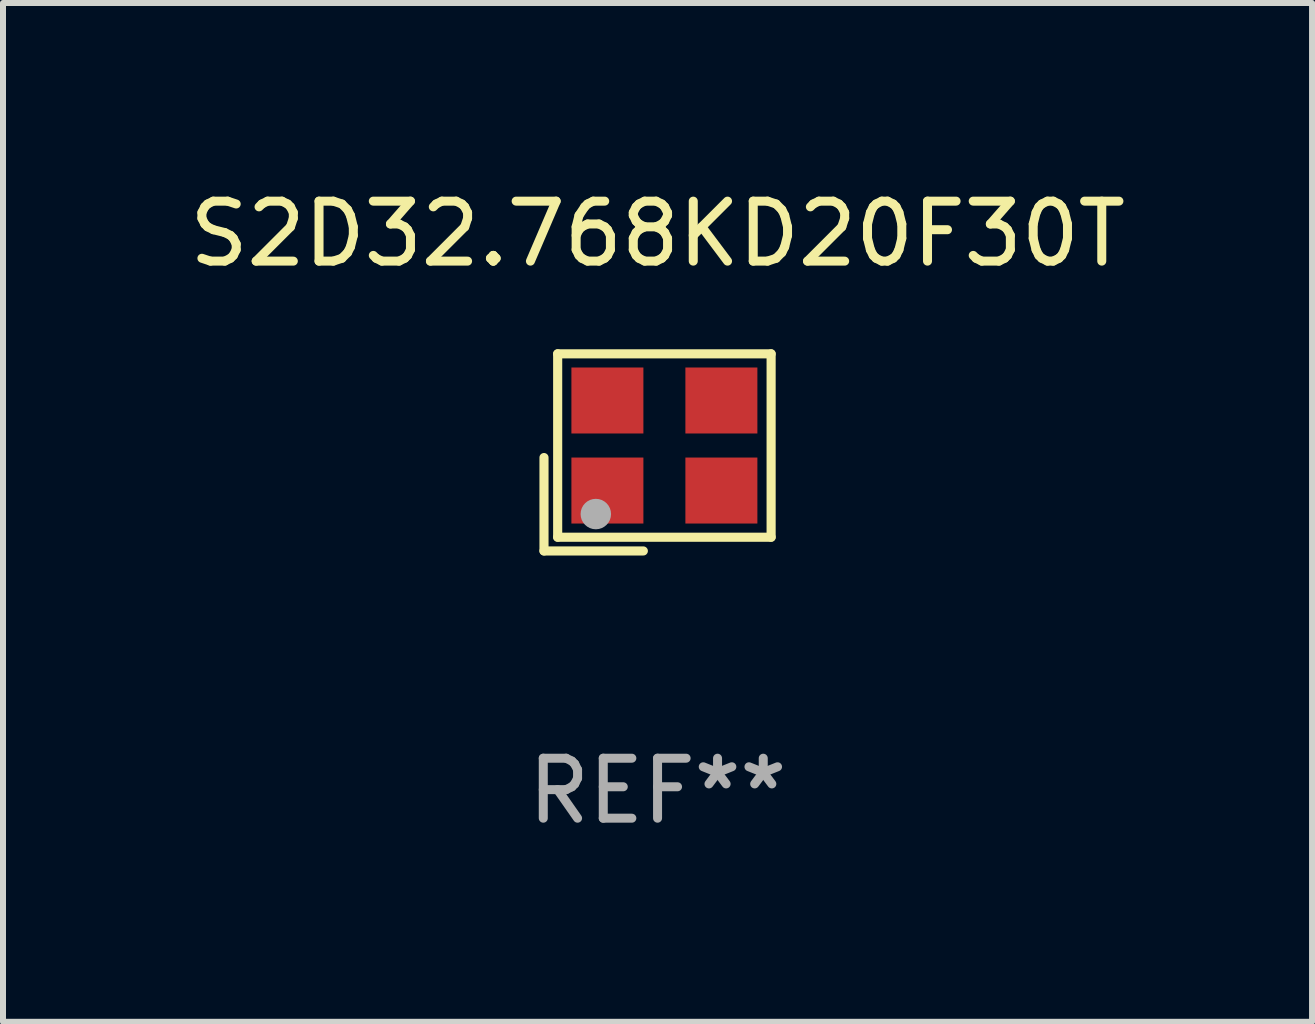
<source format=kicad_pcb>
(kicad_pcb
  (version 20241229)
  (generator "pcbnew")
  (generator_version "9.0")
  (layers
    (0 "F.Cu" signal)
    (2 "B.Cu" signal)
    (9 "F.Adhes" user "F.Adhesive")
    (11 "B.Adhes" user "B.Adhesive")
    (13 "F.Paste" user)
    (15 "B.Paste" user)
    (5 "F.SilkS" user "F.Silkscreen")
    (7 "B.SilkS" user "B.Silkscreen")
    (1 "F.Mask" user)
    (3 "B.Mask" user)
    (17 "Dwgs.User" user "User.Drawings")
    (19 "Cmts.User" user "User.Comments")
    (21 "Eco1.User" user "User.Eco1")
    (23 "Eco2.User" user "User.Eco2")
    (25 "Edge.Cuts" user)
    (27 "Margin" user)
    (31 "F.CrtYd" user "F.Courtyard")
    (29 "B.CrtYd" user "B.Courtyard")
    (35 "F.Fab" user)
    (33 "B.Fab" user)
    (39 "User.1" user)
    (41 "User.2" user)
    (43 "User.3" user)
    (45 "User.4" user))
  (footprint "S2D32.768KD20F30T"
    (layer "F.Cu")
    (at 7.911 4.491)
    (property "Reference" "S2D32.768KD20F30T" (at 0 -3.643 0) (layer "F.SilkS") (effects (font (size 1 1) (thickness 0.15))))
    (attr through_hole)
    (fp_line (start -1.893 0.086) (end -1.893 1.643) (stroke (width 0.152) (type solid)) (layer "F.SilkS"))
    (fp_line (start -1.893 1.643) (end -0.237 1.643) (stroke (width 0.152) (type solid)) (layer "F.SilkS"))
    (fp_line (start -1.665 -1.643) (end 1.893 -1.643) (stroke (width 0.152) (type solid)) (layer "F.SilkS"))
    (fp_line (start -1.665 1.414) (end -1.665 -1.643) (stroke (width 0.152) (type solid)) (layer "F.SilkS"))
    (fp_line (start 1.893 -1.643) (end 1.893 1.414) (stroke (width 0.152) (type solid)) (layer "F.SilkS"))
    (fp_line (start 1.893 1.414) (end -1.665 1.414) (stroke (width 0.152) (type solid)) (layer "F.SilkS"))
    (fp_circle (center -1.136 0.885) (end -1.106 0.885) (stroke (width 0.06) (type solid)) (fill no) (layer "F.SilkS"))
    (fp_circle (center -1.029 1.028) (end -0.902 1.028) (stroke (width 0.254) (type solid)) (fill no) (layer "F.Fab"))
    (fp_text user "REF**" (at 0 5.643 0) (layer "F.Fab") (effects (font (size 1 1) (thickness 0.15))))
    (pad "1" smd rect (at -0.836 0.636) (size 1.2 1.1) (layers "F.Cu" "F.Mask" "F.Paste"))
    (pad "2" smd rect (at 1.064 0.636) (size 1.2 1.1) (layers "F.Cu" "F.Mask" "F.Paste"))
    (pad "3" smd rect (at 1.064 -0.865) (size 1.2 1.1) (layers "F.Cu" "F.Mask" "F.Paste"))
    (pad "4" smd rect (at -0.836 -0.865) (size 1.2 1.1) (layers "F.Cu" "F.Mask" "F.Paste")))
  (gr_rect
    (start -3 -3)
    (end 18.821 13.983)
    (stroke (width 0.1) (type default))
    (fill no)
    (layer "Edge.Cuts")))
</source>
